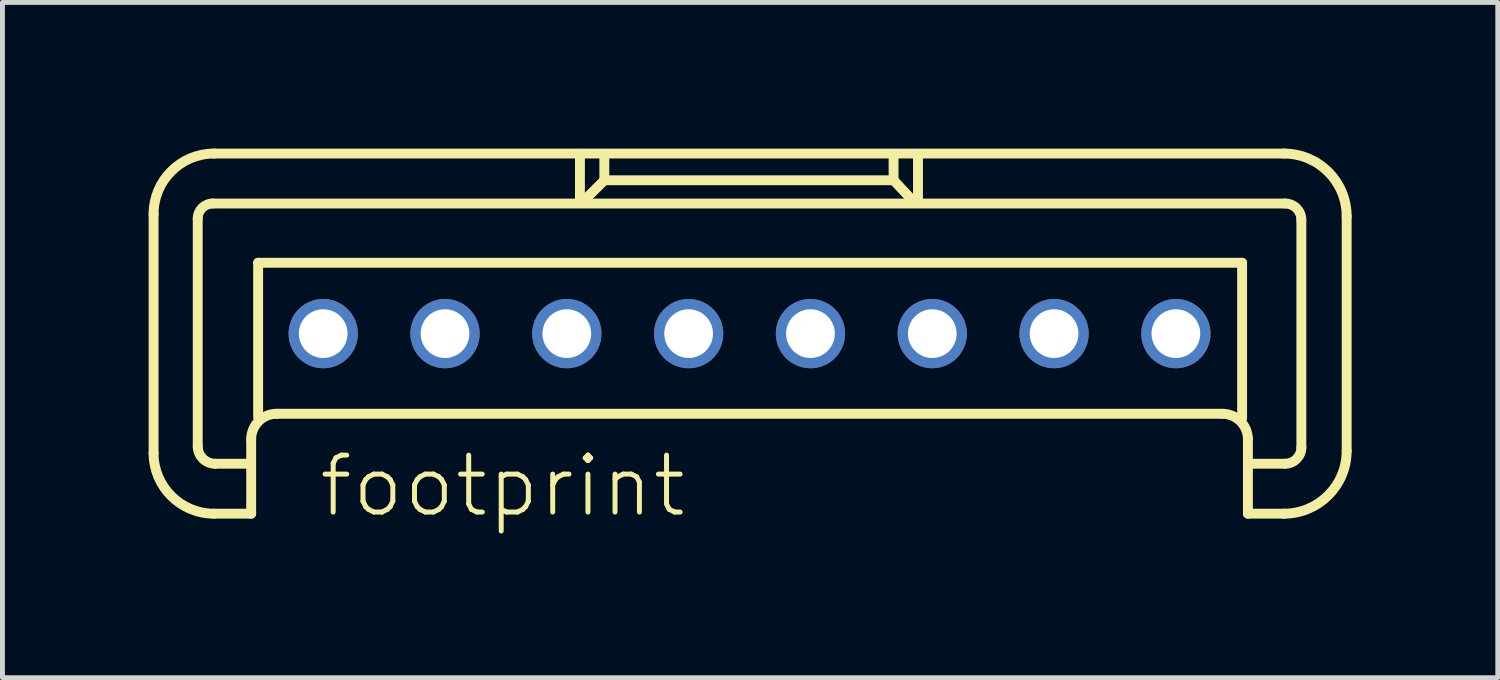
<source format=kicad_pcb>
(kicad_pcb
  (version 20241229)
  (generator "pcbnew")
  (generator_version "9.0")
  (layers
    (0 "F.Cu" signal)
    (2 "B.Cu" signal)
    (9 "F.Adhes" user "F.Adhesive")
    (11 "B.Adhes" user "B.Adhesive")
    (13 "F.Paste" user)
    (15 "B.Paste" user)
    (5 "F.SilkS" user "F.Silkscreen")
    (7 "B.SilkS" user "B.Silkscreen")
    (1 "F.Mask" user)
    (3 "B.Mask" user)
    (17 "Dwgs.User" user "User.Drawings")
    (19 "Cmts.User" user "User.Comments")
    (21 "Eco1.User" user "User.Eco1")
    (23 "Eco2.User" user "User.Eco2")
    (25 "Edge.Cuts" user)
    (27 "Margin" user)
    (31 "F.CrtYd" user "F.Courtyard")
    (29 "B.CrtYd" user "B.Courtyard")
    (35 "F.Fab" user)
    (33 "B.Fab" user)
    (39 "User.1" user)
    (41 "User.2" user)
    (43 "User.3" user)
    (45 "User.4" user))
  (footprint "footprint"
    (layer "F.Cu")
    (at 12.333 3.797)
    (property "Reference" "footprint" (at -8.89 3.81 0) (layer "F.SilkS") (effects (font (size 1.168 1.168) (thickness 0.102)) (justify left bottom)))
    (fp_line (start -12.231 2.456) (end -12.231 -2.456) (stroke (width 0.203) (type solid)) (layer "F.SilkS"))
    (fp_line (start -11.325 2.313) (end -11.325 -2.361) (stroke (width 0.203) (type solid)) (layer "F.SilkS"))
    (fp_line (start -11.015 -2.67) (end 10.991 -2.67) (stroke (width 0.203) (type solid)) (layer "F.SilkS"))
    (fp_line (start -10.991 -3.696) (end 10.967 -3.696) (stroke (width 0.203) (type solid)) (layer "F.SilkS"))
    (fp_line (start -10.252 2.67) (end -10.967 2.67) (stroke (width 0.203) (type solid)) (layer "F.SilkS"))
    (fp_line (start -10.228 2.17) (end -10.228 3.695) (stroke (width 0.203) (type solid)) (layer "F.SilkS"))
    (fp_line (start -10.228 3.695) (end -10.991 3.695) (stroke (width 0.203) (type solid)) (layer "F.SilkS"))
    (fp_line (start -10.085 -1.454) (end 10.109 -1.454) (stroke (width 0.203) (type solid)) (layer "F.SilkS"))
    (fp_line (start -10.085 1.716) (end -10.085 -1.454) (stroke (width 0.203) (type solid)) (layer "F.SilkS"))
    (fp_line (start -3.481 -3.648) (end -3.481 -2.742) (stroke (width 0.203) (type solid)) (layer "F.SilkS"))
    (fp_line (start -3.004 -3.123) (end -3.386 -2.742) (stroke (width 0.203) (type solid)) (layer "F.SilkS"))
    (fp_line (start -2.98 -3.147) (end -2.98 -3.624) (stroke (width 0.203) (type solid)) (layer "F.SilkS"))
    (fp_line (start 2.956 -3.672) (end 2.956 -3.147) (stroke (width 0.203) (type solid)) (layer "F.SilkS"))
    (fp_line (start 2.956 -3.147) (end -2.98 -3.147) (stroke (width 0.203) (type solid)) (layer "F.SilkS"))
    (fp_line (start 2.98 -3.123) (end 3.314 -2.766) (stroke (width 0.203) (type solid)) (layer "F.SilkS"))
    (fp_line (start 3.457 -3.624) (end 3.457 -2.742) (stroke (width 0.203) (type solid)) (layer "F.SilkS"))
    (fp_line (start 9.704 1.645) (end -9.704 1.645) (stroke (width 0.203) (type solid)) (layer "F.SilkS"))
    (fp_line (start 10.109 -1.454) (end 10.109 1.74) (stroke (width 0.203) (type solid)) (layer "F.SilkS"))
    (fp_line (start 10.228 3.695) (end 10.228 2.17) (stroke (width 0.203) (type solid)) (layer "F.SilkS"))
    (fp_line (start 10.967 3.695) (end 10.228 3.695) (stroke (width 0.203) (type solid)) (layer "F.SilkS"))
    (fp_line (start 10.991 2.67) (end 10.323 2.67) (stroke (width 0.203) (type solid)) (layer "F.SilkS"))
    (fp_line (start 11.325 -2.337) (end 11.325 2.336) (stroke (width 0.203) (type solid)) (layer "F.SilkS"))
    (fp_line (start 12.255 -2.408) (end 12.255 2.408) (stroke (width 0.203) (type solid)) (layer "F.SilkS"))
    (fp_arc (start -12.231 -2.4558) (mid -11.867871 -3.332471) (end -10.9912 -3.6956) (stroke (width 0.2032) (type solid)) (layer "F.SilkS"))
    (fp_arc (start -11.325 -2.3605) (mid -11.234232 -2.579632) (end -11.0151 -2.6704) (stroke (width 0.2032) (type solid)) (layer "F.SilkS"))
    (fp_arc (start -10.9912 3.6954) (mid -11.867871 3.332271) (end -12.231 2.4556) (stroke (width 0.2032) (type solid)) (layer "F.SilkS"))
    (fp_arc (start -10.9674 2.6702) (mid -11.220261 2.565461) (end -11.325 2.3126) (stroke (width 0.2032) (type solid)) (layer "F.SilkS"))
    (fp_arc (start -10.2283 2.1695) (mid -10.074678 1.798622) (end -9.7038 1.645) (stroke (width 0.2032) (type solid)) (layer "F.SilkS"))
    (fp_arc (start 9.7036 1.645) (mid 10.074478 1.798622) (end 10.2281 2.1695) (stroke (width 0.2032) (type solid)) (layer "F.SilkS"))
    (fp_arc (start 10.9672 -3.6956) (mid 11.8776 -3.3185) (end 12.2547 -2.4081) (stroke (width 0.2032) (type solid)) (layer "F.SilkS"))
    (fp_arc (start 10.9911 -2.6704) (mid 11.227132 -2.572632) (end 11.3249 -2.3366) (stroke (width 0.2032) (type solid)) (layer "F.SilkS"))
    (fp_arc (start 11.3249 2.3364) (mid 11.227132 2.572432) (end 10.9911 2.6702) (stroke (width 0.2032) (type solid)) (layer "F.SilkS"))
    (fp_arc (start 12.2547 2.4079) (mid 11.8776 3.3183) (end 10.9672 3.6954) (stroke (width 0.2032) (type solid)) (layer "F.SilkS"))
    (pad "1" thru_hole circle (at -8.75 0) (size 1.422 1.422) (drill 1) (layers "*.Cu" "*.Mask"))
    (pad "2" thru_hole circle (at -6.25 0) (size 1.422 1.422) (drill 1) (layers "*.Cu" "*.Mask"))
    (pad "3" thru_hole circle (at -3.75 0) (size 1.422 1.422) (drill 1) (layers "*.Cu" "*.Mask"))
    (pad "4" thru_hole circle (at -1.25 0) (size 1.422 1.422) (drill 1) (layers "*.Cu" "*.Mask"))
    (pad "5" thru_hole circle (at 1.25 0) (size 1.422 1.422) (drill 1) (layers "*.Cu" "*.Mask"))
    (pad "6" thru_hole circle (at 3.75 0) (size 1.422 1.422) (drill 1) (layers "*.Cu" "*.Mask"))
    (pad "7" thru_hole circle (at 6.25 0) (size 1.422 1.422) (drill 1) (layers "*.Cu" "*.Mask"))
    (pad "8" thru_hole circle (at 8.75 0) (size 1.422 1.422) (drill 1) (layers "*.Cu" "*.Mask")))
  (gr_rect
    (start -3 -3)
    (end 27.689 10.858)
    (stroke (width 0.1) (type default))
    (fill no)
    (layer "Edge.Cuts")))
</source>
